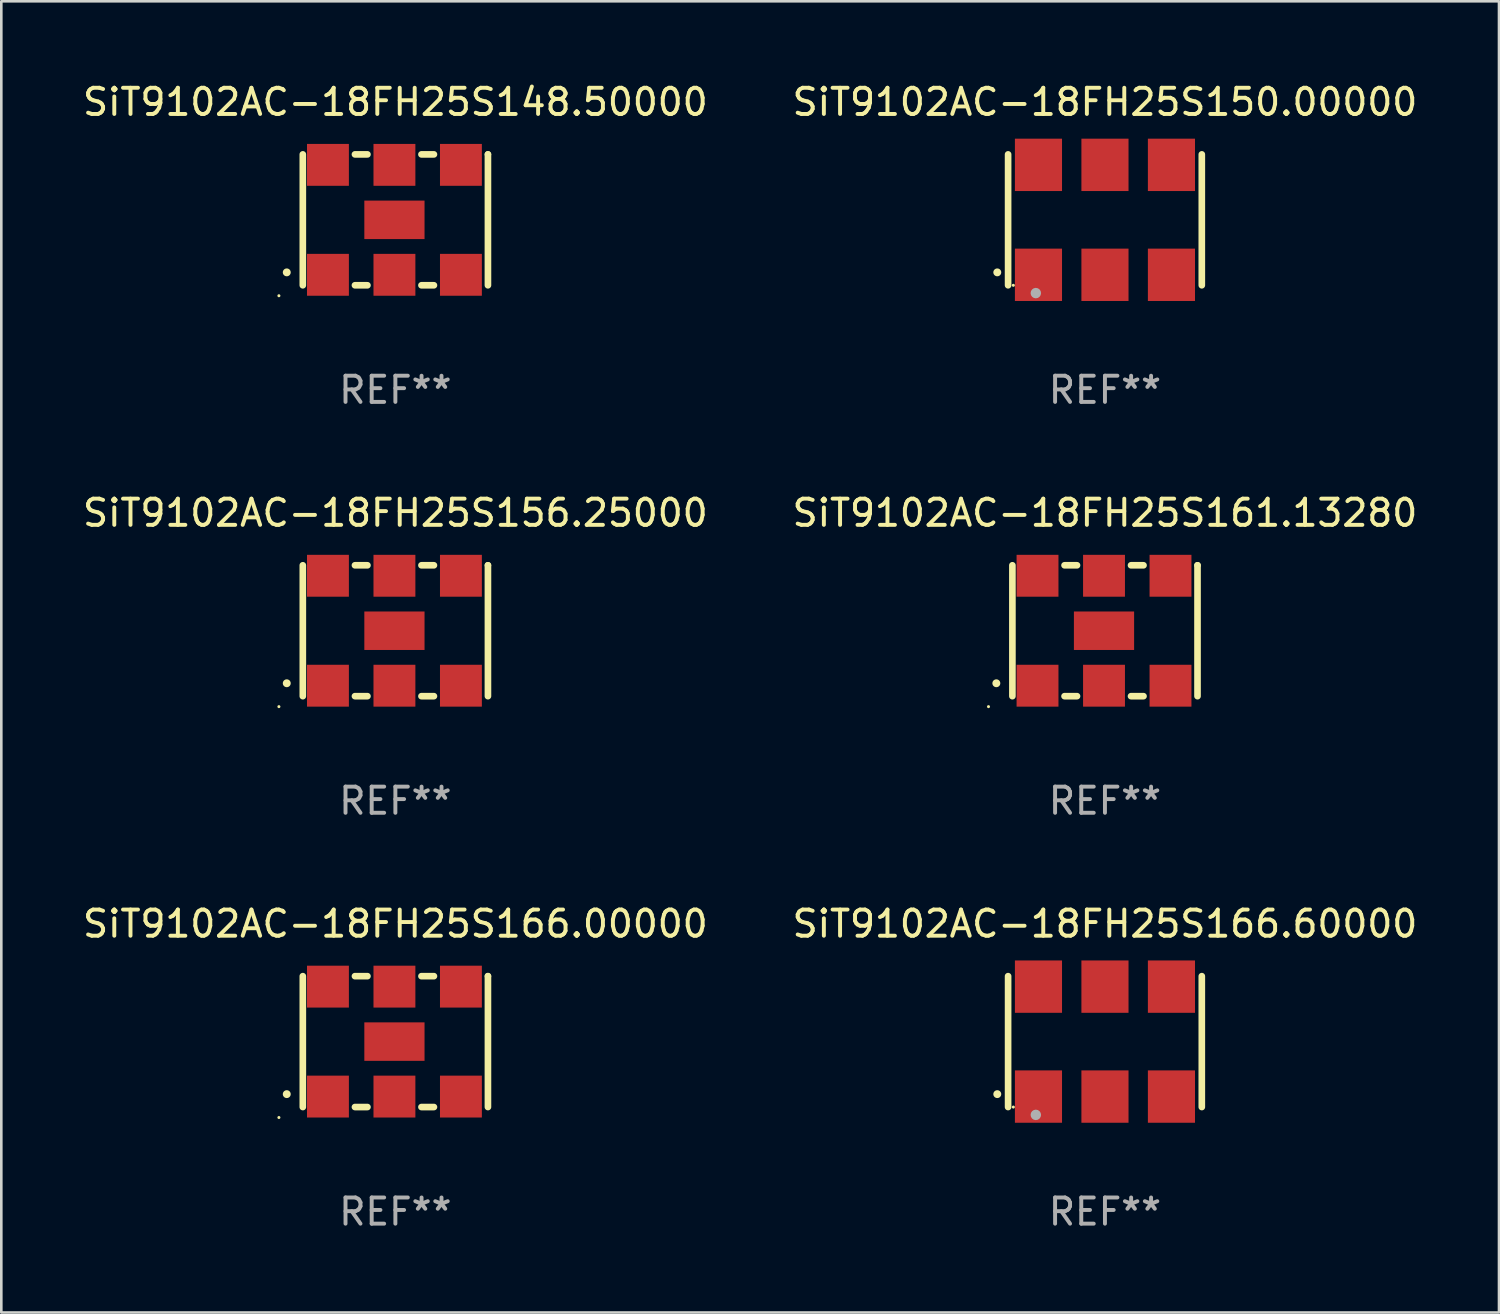
<source format=kicad_pcb>
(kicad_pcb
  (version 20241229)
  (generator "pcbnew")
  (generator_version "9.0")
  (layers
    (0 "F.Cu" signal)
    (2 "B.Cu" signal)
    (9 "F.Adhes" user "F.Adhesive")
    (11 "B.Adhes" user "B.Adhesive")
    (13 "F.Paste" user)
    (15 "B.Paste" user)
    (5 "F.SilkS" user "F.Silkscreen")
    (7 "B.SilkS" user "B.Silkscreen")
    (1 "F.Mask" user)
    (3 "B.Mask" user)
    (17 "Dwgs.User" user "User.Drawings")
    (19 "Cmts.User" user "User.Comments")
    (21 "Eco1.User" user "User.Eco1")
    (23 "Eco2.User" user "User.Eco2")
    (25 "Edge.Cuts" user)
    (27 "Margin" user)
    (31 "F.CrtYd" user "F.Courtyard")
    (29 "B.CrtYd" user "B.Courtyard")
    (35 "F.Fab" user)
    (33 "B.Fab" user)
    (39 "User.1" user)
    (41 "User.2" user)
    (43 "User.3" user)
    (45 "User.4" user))
  (footprint "SiT9102AC-18FH25S148.50000"
    (layer "F.Cu")
    (at 12.054 5.348)
    (property "Reference" "SiT9102AC-18FH25S148.50000" (at 0 -4.5 0) (layer "F.SilkS") (effects (font (size 1 1) (thickness 0.15))))
    (attr through_hole)
    (fp_line (start -3.536 -2.5) (end -3.536 2.5) (stroke (width 0.254) (type solid)) (layer "F.SilkS"))
    (fp_line (start -1.544 2.5) (end -1.067 2.5) (stroke (width 0.254) (type solid)) (layer "F.SilkS"))
    (fp_line (start -1.067 -2.5) (end -1.544 -2.5) (stroke (width 0.254) (type solid)) (layer "F.SilkS"))
    (fp_line (start 0.996 2.5) (end 1.473 2.5) (stroke (width 0.254) (type solid)) (layer "F.SilkS"))
    (fp_line (start 1.473 -2.5) (end 0.996 -2.5) (stroke (width 0.254) (type solid)) (layer "F.SilkS"))
    (fp_line (start 3.536 -2.5) (end 3.536 -2.5) (stroke (width 0.254) (type solid)) (layer "F.SilkS"))
    (fp_line (start 3.536 2.5) (end 3.536 -2.5) (stroke (width 0.254) (type solid)) (layer "F.SilkS"))
    (fp_arc (start -4.150432 2.006604) (mid -4.149162 2.006599) (end -4.147892 2.006604) (stroke (width 0.3) (type solid)) (layer "F.SilkS"))
    (fp_circle (center -4.449 2.9) (end -4.419 2.9) (stroke (width 0.06) (type solid)) (fill no) (layer "F.SilkS"))
    (fp_text user "REF**" (at 0 6.5 0) (layer "F.Fab") (effects (font (size 1 1) (thickness 0.15))))
    (pad "1" smd rect (at -2.576 2.1) (size 1.6 1.6) (layers "F.Cu" "F.Mask" "F.Paste"))
    (pad "2" smd rect (at -0.036 2.1) (size 1.6 1.6) (layers "F.Cu" "F.Mask" "F.Paste"))
    (pad "3" smd rect (at 2.504 2.1) (size 1.6 1.6) (layers "F.Cu" "F.Mask" "F.Paste"))
    (pad "4" smd rect (at 2.504 -2.1) (size 1.6 1.6) (layers "F.Cu" "F.Mask" "F.Paste"))
    (pad "5" smd rect (at -0.036 -2.1) (size 1.6 1.6) (layers "F.Cu" "F.Mask" "F.Paste"))
    (pad "6" smd rect (at -2.576 -2.1) (size 1.6 1.6) (layers "F.Cu" "F.Mask" "F.Paste"))
    (pad "7" smd rect (at -0.036 0) (size 2.3 1.47) (layers "F.Cu" "F.Mask" "F.Paste")))
  (footprint "SiT9102AC-18FH25S156.25000"
    (layer "F.Cu")
    (at 12.054 21.045)
    (property "Reference" "SiT9102AC-18FH25S156.25000" (at 0 -4.5 0) (layer "F.SilkS") (effects (font (size 1 1) (thickness 0.15))))
    (attr through_hole)
    (fp_line (start -3.536 -2.5) (end -3.536 2.5) (stroke (width 0.254) (type solid)) (layer "F.SilkS"))
    (fp_line (start -1.544 2.5) (end -1.067 2.5) (stroke (width 0.254) (type solid)) (layer "F.SilkS"))
    (fp_line (start -1.067 -2.5) (end -1.544 -2.5) (stroke (width 0.254) (type solid)) (layer "F.SilkS"))
    (fp_line (start 0.996 2.5) (end 1.473 2.5) (stroke (width 0.254) (type solid)) (layer "F.SilkS"))
    (fp_line (start 1.473 -2.5) (end 0.996 -2.5) (stroke (width 0.254) (type solid)) (layer "F.SilkS"))
    (fp_line (start 3.536 -2.5) (end 3.536 -2.5) (stroke (width 0.254) (type solid)) (layer "F.SilkS"))
    (fp_line (start 3.536 2.5) (end 3.536 -2.5) (stroke (width 0.254) (type solid)) (layer "F.SilkS"))
    (fp_arc (start -4.150432 2.006604) (mid -4.149162 2.006599) (end -4.147892 2.006604) (stroke (width 0.3) (type solid)) (layer "F.SilkS"))
    (fp_circle (center -4.449 2.9) (end -4.419 2.9) (stroke (width 0.06) (type solid)) (fill no) (layer "F.SilkS"))
    (fp_text user "REF**" (at 0 6.5 0) (layer "F.Fab") (effects (font (size 1 1) (thickness 0.15))))
    (pad "1" smd rect (at -2.576 2.1) (size 1.6 1.6) (layers "F.Cu" "F.Mask" "F.Paste"))
    (pad "2" smd rect (at -0.036 2.1) (size 1.6 1.6) (layers "F.Cu" "F.Mask" "F.Paste"))
    (pad "3" smd rect (at 2.504 2.1) (size 1.6 1.6) (layers "F.Cu" "F.Mask" "F.Paste"))
    (pad "4" smd rect (at 2.504 -2.1) (size 1.6 1.6) (layers "F.Cu" "F.Mask" "F.Paste"))
    (pad "5" smd rect (at -0.036 -2.1) (size 1.6 1.6) (layers "F.Cu" "F.Mask" "F.Paste"))
    (pad "6" smd rect (at -2.576 -2.1) (size 1.6 1.6) (layers "F.Cu" "F.Mask" "F.Paste"))
    (pad "7" smd rect (at -0.036 0) (size 2.3 1.47) (layers "F.Cu" "F.Mask" "F.Paste")))
  (footprint "SiT9102AC-18FH25S166.60000"
    (layer "F.Cu")
    (at 39.161 36.741)
    (property "Reference" "SiT9102AC-18FH25S166.60000" (at 0 -4.5 0) (layer "F.SilkS") (effects (font (size 1 1) (thickness 0.15))))
    (attr through_hole)
    (fp_line (start -3.7 -2.5) (end -3.7 2.5) (stroke (width 0.254) (type solid)) (layer "F.SilkS"))
    (fp_line (start 3.7 -2.5) (end 3.7 2.5) (stroke (width 0.254) (type solid)) (layer "F.SilkS"))
    (fp_arc (start -4.114415 2.006604) (mid -4.113145 2.006599) (end -4.111875 2.006604) (stroke (width 0.3) (type solid)) (layer "F.SilkS"))
    (fp_circle (center -3.5 2.501) (end -3.47 2.501) (stroke (width 0.06) (type solid)) (fill no) (layer "F.SilkS"))
    (fp_circle (center -2.641 2.799) (end -2.541 2.799) (stroke (width 0.2) (type solid)) (fill no) (layer "F.Fab"))
    (fp_text user "REF**" (at 0 6.5 0) (layer "F.Fab") (effects (font (size 1 1) (thickness 0.15))))
    (pad "1" smd rect (at -2.54 2.1) (size 1.8 2) (layers "F.Cu" "F.Mask" "F.Paste"))
    (pad "2" smd rect (at 0.000394 2.1) (size 1.8 2) (layers "F.Cu" "F.Mask" "F.Paste"))
    (pad "3" smd rect (at 2.54 2.1) (size 1.8 2) (layers "F.Cu" "F.Mask" "F.Paste"))
    (pad "4" smd rect (at 2.54 -2.1) (size 1.8 2) (layers "F.Cu" "F.Mask" "F.Paste"))
    (pad "5" smd rect (at 0.000394 -2.1) (size 1.8 2) (layers "F.Cu" "F.Mask" "F.Paste"))
    (pad "6" smd rect (at -2.54 -2.1) (size 1.8 2) (layers "F.Cu" "F.Mask" "F.Paste")))
  (footprint "SiT9102AC-18FH25S166.00000"
    (layer "F.Cu")
    (at 12.054 36.741)
    (property "Reference" "SiT9102AC-18FH25S166.00000" (at 0 -4.5 0) (layer "F.SilkS") (effects (font (size 1 1) (thickness 0.15))))
    (attr through_hole)
    (fp_line (start -3.536 -2.5) (end -3.536 2.5) (stroke (width 0.254) (type solid)) (layer "F.SilkS"))
    (fp_line (start -1.544 2.5) (end -1.067 2.5) (stroke (width 0.254) (type solid)) (layer "F.SilkS"))
    (fp_line (start -1.067 -2.5) (end -1.544 -2.5) (stroke (width 0.254) (type solid)) (layer "F.SilkS"))
    (fp_line (start 0.996 2.5) (end 1.473 2.5) (stroke (width 0.254) (type solid)) (layer "F.SilkS"))
    (fp_line (start 1.473 -2.5) (end 0.996 -2.5) (stroke (width 0.254) (type solid)) (layer "F.SilkS"))
    (fp_line (start 3.536 -2.5) (end 3.536 -2.5) (stroke (width 0.254) (type solid)) (layer "F.SilkS"))
    (fp_line (start 3.536 2.5) (end 3.536 -2.5) (stroke (width 0.254) (type solid)) (layer "F.SilkS"))
    (fp_arc (start -4.150432 2.006604) (mid -4.149162 2.006599) (end -4.147892 2.006604) (stroke (width 0.3) (type solid)) (layer "F.SilkS"))
    (fp_circle (center -4.449 2.9) (end -4.419 2.9) (stroke (width 0.06) (type solid)) (fill no) (layer "F.SilkS"))
    (fp_text user "REF**" (at 0 6.5 0) (layer "F.Fab") (effects (font (size 1 1) (thickness 0.15))))
    (pad "1" smd rect (at -2.576 2.1) (size 1.6 1.6) (layers "F.Cu" "F.Mask" "F.Paste"))
    (pad "2" smd rect (at -0.036 2.1) (size 1.6 1.6) (layers "F.Cu" "F.Mask" "F.Paste"))
    (pad "3" smd rect (at 2.504 2.1) (size 1.6 1.6) (layers "F.Cu" "F.Mask" "F.Paste"))
    (pad "4" smd rect (at 2.504 -2.1) (size 1.6 1.6) (layers "F.Cu" "F.Mask" "F.Paste"))
    (pad "5" smd rect (at -0.036 -2.1) (size 1.6 1.6) (layers "F.Cu" "F.Mask" "F.Paste"))
    (pad "6" smd rect (at -2.576 -2.1) (size 1.6 1.6) (layers "F.Cu" "F.Mask" "F.Paste"))
    (pad "7" smd rect (at -0.036 0) (size 2.3 1.47) (layers "F.Cu" "F.Mask" "F.Paste")))
  (footprint "SiT9102AC-18FH25S161.13280"
    (layer "F.Cu")
    (at 39.161 21.045)
    (property "Reference" "SiT9102AC-18FH25S161.13280" (at 0 -4.5 0) (layer "F.SilkS") (effects (font (size 1 1) (thickness 0.15))))
    (attr through_hole)
    (fp_line (start -3.536 -2.5) (end -3.536 2.5) (stroke (width 0.254) (type solid)) (layer "F.SilkS"))
    (fp_line (start -1.544 2.5) (end -1.067 2.5) (stroke (width 0.254) (type solid)) (layer "F.SilkS"))
    (fp_line (start -1.067 -2.5) (end -1.544 -2.5) (stroke (width 0.254) (type solid)) (layer "F.SilkS"))
    (fp_line (start 0.996 2.5) (end 1.473 2.5) (stroke (width 0.254) (type solid)) (layer "F.SilkS"))
    (fp_line (start 1.473 -2.5) (end 0.996 -2.5) (stroke (width 0.254) (type solid)) (layer "F.SilkS"))
    (fp_line (start 3.536 -2.5) (end 3.536 -2.5) (stroke (width 0.254) (type solid)) (layer "F.SilkS"))
    (fp_line (start 3.536 2.5) (end 3.536 -2.5) (stroke (width 0.254) (type solid)) (layer "F.SilkS"))
    (fp_arc (start -4.150432 2.006604) (mid -4.149162 2.006599) (end -4.147892 2.006604) (stroke (width 0.3) (type solid)) (layer "F.SilkS"))
    (fp_circle (center -4.449 2.9) (end -4.419 2.9) (stroke (width 0.06) (type solid)) (fill no) (layer "F.SilkS"))
    (fp_text user "REF**" (at 0 6.5 0) (layer "F.Fab") (effects (font (size 1 1) (thickness 0.15))))
    (pad "1" smd rect (at -2.576 2.1) (size 1.6 1.6) (layers "F.Cu" "F.Mask" "F.Paste"))
    (pad "2" smd rect (at -0.036 2.1) (size 1.6 1.6) (layers "F.Cu" "F.Mask" "F.Paste"))
    (pad "3" smd rect (at 2.504 2.1) (size 1.6 1.6) (layers "F.Cu" "F.Mask" "F.Paste"))
    (pad "4" smd rect (at 2.504 -2.1) (size 1.6 1.6) (layers "F.Cu" "F.Mask" "F.Paste"))
    (pad "5" smd rect (at -0.036 -2.1) (size 1.6 1.6) (layers "F.Cu" "F.Mask" "F.Paste"))
    (pad "6" smd rect (at -2.576 -2.1) (size 1.6 1.6) (layers "F.Cu" "F.Mask" "F.Paste"))
    (pad "7" smd rect (at -0.036 0) (size 2.3 1.47) (layers "F.Cu" "F.Mask" "F.Paste")))
  (footprint "SiT9102AC-18FH25S150.00000"
    (layer "F.Cu")
    (at 39.161 5.348)
    (property "Reference" "SiT9102AC-18FH25S150.00000" (at 0 -4.5 0) (layer "F.SilkS") (effects (font (size 1 1) (thickness 0.15))))
    (attr through_hole)
    (fp_line (start -3.7 -2.5) (end -3.7 2.5) (stroke (width 0.254) (type solid)) (layer "F.SilkS"))
    (fp_line (start 3.7 -2.5) (end 3.7 2.5) (stroke (width 0.254) (type solid)) (layer "F.SilkS"))
    (fp_arc (start -4.114415 2.006604) (mid -4.113145 2.006599) (end -4.111875 2.006604) (stroke (width 0.3) (type solid)) (layer "F.SilkS"))
    (fp_circle (center -3.5 2.501) (end -3.47 2.501) (stroke (width 0.06) (type solid)) (fill no) (layer "F.SilkS"))
    (fp_circle (center -2.641 2.799) (end -2.541 2.799) (stroke (width 0.2) (type solid)) (fill no) (layer "F.Fab"))
    (fp_text user "REF**" (at 0 6.5 0) (layer "F.Fab") (effects (font (size 1 1) (thickness 0.15))))
    (pad "1" smd rect (at -2.54 2.1) (size 1.8 2) (layers "F.Cu" "F.Mask" "F.Paste"))
    (pad "2" smd rect (at 0.000394 2.1) (size 1.8 2) (layers "F.Cu" "F.Mask" "F.Paste"))
    (pad "3" smd rect (at 2.54 2.1) (size 1.8 2) (layers "F.Cu" "F.Mask" "F.Paste"))
    (pad "4" smd rect (at 2.54 -2.1) (size 1.8 2) (layers "F.Cu" "F.Mask" "F.Paste"))
    (pad "5" smd rect (at 0.000394 -2.1) (size 1.8 2) (layers "F.Cu" "F.Mask" "F.Paste"))
    (pad "6" smd rect (at -2.54 -2.1) (size 1.8 2) (layers "F.Cu" "F.Mask" "F.Paste")))
  (gr_rect
    (start -3 -3)
    (end 54.214 47.09)
    (stroke (width 0.1) (type default))
    (fill no)
    (layer "Edge.Cuts")))
</source>
